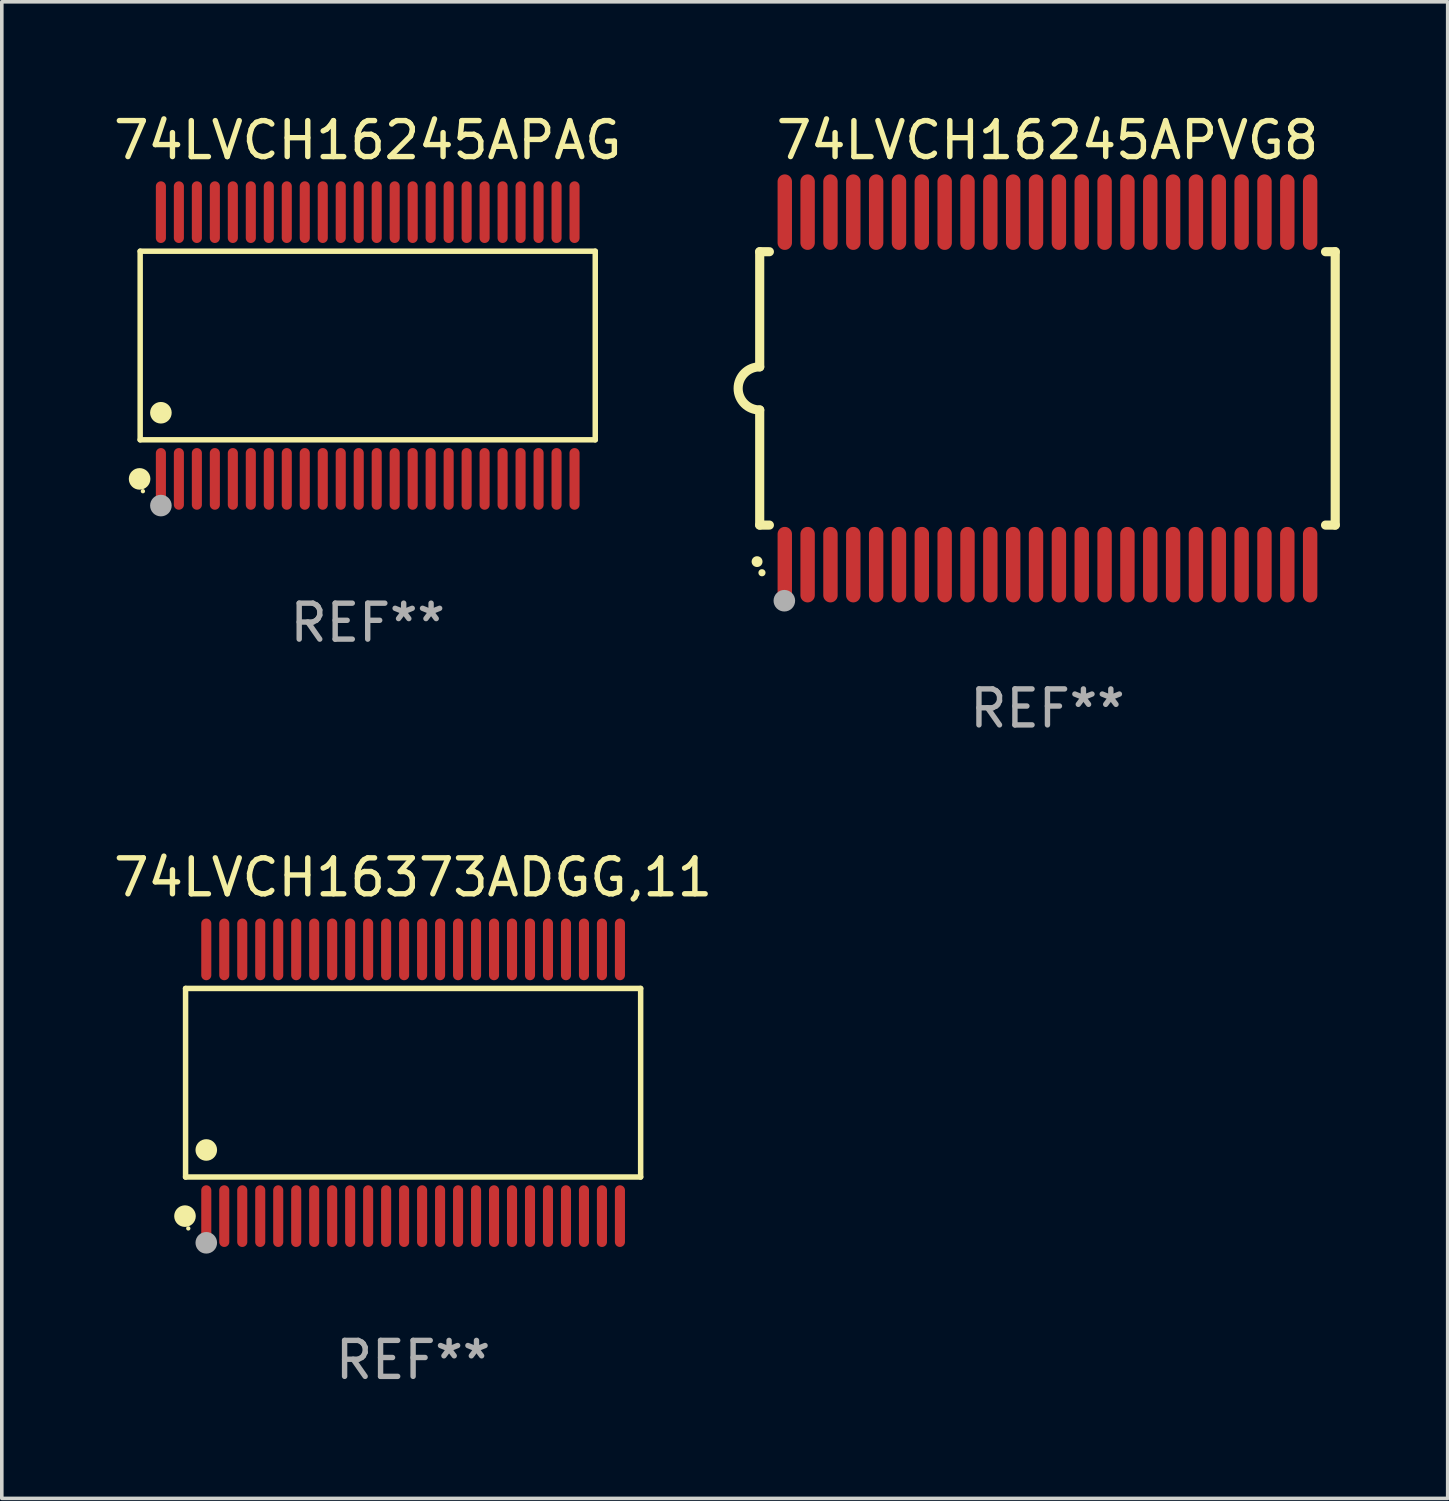
<source format=kicad_pcb>
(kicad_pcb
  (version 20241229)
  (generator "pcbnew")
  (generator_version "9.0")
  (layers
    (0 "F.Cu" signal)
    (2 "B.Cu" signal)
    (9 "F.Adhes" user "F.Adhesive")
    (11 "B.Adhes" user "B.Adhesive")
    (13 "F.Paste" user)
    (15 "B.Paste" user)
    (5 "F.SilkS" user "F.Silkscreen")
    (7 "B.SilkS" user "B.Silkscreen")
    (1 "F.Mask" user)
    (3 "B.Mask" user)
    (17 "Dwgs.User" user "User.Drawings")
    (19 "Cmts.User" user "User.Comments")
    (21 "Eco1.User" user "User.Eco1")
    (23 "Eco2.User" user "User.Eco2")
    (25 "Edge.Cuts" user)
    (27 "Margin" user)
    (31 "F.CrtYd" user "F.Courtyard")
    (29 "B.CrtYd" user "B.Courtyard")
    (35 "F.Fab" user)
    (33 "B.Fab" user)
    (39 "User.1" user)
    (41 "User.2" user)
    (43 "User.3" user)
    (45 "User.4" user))
  (footprint "74LVCH16245APAG"
    (layer "F.Cu")
    (at 7.173 6.556)
    (property "Reference" "74LVCH16245APAG" (at 0 -5.708 0) (layer "F.SilkS") (effects (font (size 1 1) (thickness 0.15))))
    (attr through_hole)
    (fp_line (start -6.326 -2.622) (end 6.326 -2.622) (stroke (width 0.152) (type solid)) (layer "F.SilkS"))
    (fp_line (start -6.326 2.621) (end -6.326 -2.622) (stroke (width 0.152) (type solid)) (layer "F.SilkS"))
    (fp_line (start 6.326 -2.622) (end 6.326 2.621) (stroke (width 0.152) (type solid)) (layer "F.SilkS"))
    (fp_line (start 6.326 2.621) (end -6.326 2.621) (stroke (width 0.152) (type solid)) (layer "F.SilkS"))
    (fp_circle (center -6.342 3.708) (end -6.192 3.708) (stroke (width 0.3) (type solid)) (fill no) (layer "F.SilkS"))
    (fp_circle (center -6.25 4.05) (end -6.22 4.05) (stroke (width 0.06) (type solid)) (fill no) (layer "F.SilkS"))
    (fp_circle (center -5.75 1.869) (end -5.6 1.869) (stroke (width 0.3) (type solid)) (fill no) (layer "F.SilkS"))
    (fp_circle (center -5.75 4.45) (end -5.6 4.45) (stroke (width 0.3) (type solid)) (fill no) (layer "F.Fab"))
    (fp_text user "REF**" (at 0 7.708 0) (layer "F.Fab") (effects (font (size 1 1) (thickness 0.15))))
    (pad "1" smd oval (at -5.75 3.708) (size 0.28 1.715) (layers "F.Cu" "F.Mask" "F.Paste"))
    (pad "2" smd oval (at -5.25 3.708) (size 0.28 1.715) (layers "F.Cu" "F.Mask" "F.Paste"))
    (pad "3" smd oval (at -4.75 3.708) (size 0.28 1.715) (layers "F.Cu" "F.Mask" "F.Paste"))
    (pad "4" smd oval (at -4.25 3.708) (size 0.28 1.715) (layers "F.Cu" "F.Mask" "F.Paste"))
    (pad "5" smd oval (at -3.75 3.708) (size 0.28 1.715) (layers "F.Cu" "F.Mask" "F.Paste"))
    (pad "6" smd oval (at -3.25 3.708) (size 0.28 1.715) (layers "F.Cu" "F.Mask" "F.Paste"))
    (pad "7" smd oval (at -2.75 3.708) (size 0.28 1.715) (layers "F.Cu" "F.Mask" "F.Paste"))
    (pad "8" smd oval (at -2.25 3.708) (size 0.28 1.715) (layers "F.Cu" "F.Mask" "F.Paste"))
    (pad "9" smd oval (at -1.75 3.708) (size 0.28 1.715) (layers "F.Cu" "F.Mask" "F.Paste"))
    (pad "10" smd oval (at -1.25 3.708) (size 0.28 1.715) (layers "F.Cu" "F.Mask" "F.Paste"))
    (pad "11" smd oval (at -0.75 3.708) (size 0.28 1.715) (layers "F.Cu" "F.Mask" "F.Paste"))
    (pad "12" smd oval (at -0.25 3.708) (size 0.28 1.715) (layers "F.Cu" "F.Mask" "F.Paste"))
    (pad "13" smd oval (at 0.25 3.708) (size 0.28 1.715) (layers "F.Cu" "F.Mask" "F.Paste"))
    (pad "14" smd oval (at 0.75 3.708) (size 0.28 1.715) (layers "F.Cu" "F.Mask" "F.Paste"))
    (pad "15" smd oval (at 1.25 3.708) (size 0.28 1.715) (layers "F.Cu" "F.Mask" "F.Paste"))
    (pad "16" smd oval (at 1.75 3.708) (size 0.28 1.715) (layers "F.Cu" "F.Mask" "F.Paste"))
    (pad "17" smd oval (at 2.25 3.708) (size 0.28 1.715) (layers "F.Cu" "F.Mask" "F.Paste"))
    (pad "18" smd oval (at 2.75 3.708) (size 0.28 1.715) (layers "F.Cu" "F.Mask" "F.Paste"))
    (pad "19" smd oval (at 3.25 3.708) (size 0.28 1.715) (layers "F.Cu" "F.Mask" "F.Paste"))
    (pad "20" smd oval (at 3.75 3.708) (size 0.28 1.715) (layers "F.Cu" "F.Mask" "F.Paste"))
    (pad "21" smd oval (at 4.25 3.708) (size 0.28 1.715) (layers "F.Cu" "F.Mask" "F.Paste"))
    (pad "22" smd oval (at 4.75 3.708) (size 0.28 1.715) (layers "F.Cu" "F.Mask" "F.Paste"))
    (pad "23" smd oval (at 5.25 3.708) (size 0.28 1.715) (layers "F.Cu" "F.Mask" "F.Paste"))
    (pad "24" smd oval (at 5.75 3.708) (size 0.28 1.715) (layers "F.Cu" "F.Mask" "F.Paste"))
    (pad "25" smd oval (at 5.75 -3.708) (size 0.28 1.715) (layers "F.Cu" "F.Mask" "F.Paste"))
    (pad "26" smd oval (at 5.25 -3.708) (size 0.28 1.715) (layers "F.Cu" "F.Mask" "F.Paste"))
    (pad "27" smd oval (at 4.75 -3.708) (size 0.28 1.715) (layers "F.Cu" "F.Mask" "F.Paste"))
    (pad "28" smd oval (at 4.25 -3.708) (size 0.28 1.715) (layers "F.Cu" "F.Mask" "F.Paste"))
    (pad "29" smd oval (at 3.75 -3.708) (size 0.28 1.715) (layers "F.Cu" "F.Mask" "F.Paste"))
    (pad "30" smd oval (at 3.25 -3.708) (size 0.28 1.715) (layers "F.Cu" "F.Mask" "F.Paste"))
    (pad "31" smd oval (at 2.75 -3.708) (size 0.28 1.715) (layers "F.Cu" "F.Mask" "F.Paste"))
    (pad "32" smd oval (at 2.25 -3.708) (size 0.28 1.715) (layers "F.Cu" "F.Mask" "F.Paste"))
    (pad "33" smd oval (at 1.75 -3.708) (size 0.28 1.715) (layers "F.Cu" "F.Mask" "F.Paste"))
    (pad "34" smd oval (at 1.25 -3.708) (size 0.28 1.715) (layers "F.Cu" "F.Mask" "F.Paste"))
    (pad "35" smd oval (at 0.75 -3.708) (size 0.28 1.715) (layers "F.Cu" "F.Mask" "F.Paste"))
    (pad "36" smd oval (at 0.25 -3.708) (size 0.28 1.715) (layers "F.Cu" "F.Mask" "F.Paste"))
    (pad "37" smd oval (at -0.25 -3.708) (size 0.28 1.715) (layers "F.Cu" "F.Mask" "F.Paste"))
    (pad "38" smd oval (at -0.75 -3.708) (size 0.28 1.715) (layers "F.Cu" "F.Mask" "F.Paste"))
    (pad "39" smd oval (at -1.25 -3.708) (size 0.28 1.715) (layers "F.Cu" "F.Mask" "F.Paste"))
    (pad "40" smd oval (at -1.75 -3.708) (size 0.28 1.715) (layers "F.Cu" "F.Mask" "F.Paste"))
    (pad "41" smd oval (at -2.25 -3.708) (size 0.28 1.715) (layers "F.Cu" "F.Mask" "F.Paste"))
    (pad "42" smd oval (at -2.75 -3.708) (size 0.28 1.715) (layers "F.Cu" "F.Mask" "F.Paste"))
    (pad "43" smd oval (at -3.25 -3.708) (size 0.28 1.715) (layers "F.Cu" "F.Mask" "F.Paste"))
    (pad "44" smd oval (at -3.75 -3.708) (size 0.28 1.715) (layers "F.Cu" "F.Mask" "F.Paste"))
    (pad "45" smd oval (at -4.25 -3.708) (size 0.28 1.715) (layers "F.Cu" "F.Mask" "F.Paste"))
    (pad "46" smd oval (at -4.75 -3.708) (size 0.28 1.715) (layers "F.Cu" "F.Mask" "F.Paste"))
    (pad "47" smd oval (at -5.25 -3.708) (size 0.28 1.715) (layers "F.Cu" "F.Mask" "F.Paste"))
    (pad "48" smd oval (at -5.75 -3.708) (size 0.28 1.715) (layers "F.Cu" "F.Mask" "F.Paste")))
  (footprint "74LVCH16373ADGG,11"
    (layer "F.Cu")
    (at 8.435 27.052)
    (property "Reference" "74LVCH16373ADGG,11" (at 0 -5.708 0) (layer "F.SilkS") (effects (font (size 1 1) (thickness 0.15))))
    (attr through_hole)
    (fp_line (start -6.326 -2.622) (end 6.326 -2.622) (stroke (width 0.152) (type solid)) (layer "F.SilkS"))
    (fp_line (start -6.326 2.621) (end -6.326 -2.622) (stroke (width 0.152) (type solid)) (layer "F.SilkS"))
    (fp_line (start 6.326 -2.622) (end 6.326 2.621) (stroke (width 0.152) (type solid)) (layer "F.SilkS"))
    (fp_line (start 6.326 2.621) (end -6.326 2.621) (stroke (width 0.152) (type solid)) (layer "F.SilkS"))
    (fp_circle (center -6.342 3.708) (end -6.192 3.708) (stroke (width 0.3) (type solid)) (fill no) (layer "F.SilkS"))
    (fp_circle (center -6.25 4.05) (end -6.22 4.05) (stroke (width 0.06) (type solid)) (fill no) (layer "F.SilkS"))
    (fp_circle (center -5.75 1.869) (end -5.6 1.869) (stroke (width 0.3) (type solid)) (fill no) (layer "F.SilkS"))
    (fp_circle (center -5.75 4.45) (end -5.6 4.45) (stroke (width 0.3) (type solid)) (fill no) (layer "F.Fab"))
    (fp_text user "REF**" (at 0 7.708 0) (layer "F.Fab") (effects (font (size 1 1) (thickness 0.15))))
    (pad "1" smd oval (at -5.75 3.708) (size 0.28 1.715) (layers "F.Cu" "F.Mask" "F.Paste"))
    (pad "2" smd oval (at -5.25 3.708) (size 0.28 1.715) (layers "F.Cu" "F.Mask" "F.Paste"))
    (pad "3" smd oval (at -4.75 3.708) (size 0.28 1.715) (layers "F.Cu" "F.Mask" "F.Paste"))
    (pad "4" smd oval (at -4.25 3.708) (size 0.28 1.715) (layers "F.Cu" "F.Mask" "F.Paste"))
    (pad "5" smd oval (at -3.75 3.708) (size 0.28 1.715) (layers "F.Cu" "F.Mask" "F.Paste"))
    (pad "6" smd oval (at -3.25 3.708) (size 0.28 1.715) (layers "F.Cu" "F.Mask" "F.Paste"))
    (pad "7" smd oval (at -2.75 3.708) (size 0.28 1.715) (layers "F.Cu" "F.Mask" "F.Paste"))
    (pad "8" smd oval (at -2.25 3.708) (size 0.28 1.715) (layers "F.Cu" "F.Mask" "F.Paste"))
    (pad "9" smd oval (at -1.75 3.708) (size 0.28 1.715) (layers "F.Cu" "F.Mask" "F.Paste"))
    (pad "10" smd oval (at -1.25 3.708) (size 0.28 1.715) (layers "F.Cu" "F.Mask" "F.Paste"))
    (pad "11" smd oval (at -0.75 3.708) (size 0.28 1.715) (layers "F.Cu" "F.Mask" "F.Paste"))
    (pad "12" smd oval (at -0.25 3.708) (size 0.28 1.715) (layers "F.Cu" "F.Mask" "F.Paste"))
    (pad "13" smd oval (at 0.25 3.708) (size 0.28 1.715) (layers "F.Cu" "F.Mask" "F.Paste"))
    (pad "14" smd oval (at 0.75 3.708) (size 0.28 1.715) (layers "F.Cu" "F.Mask" "F.Paste"))
    (pad "15" smd oval (at 1.25 3.708) (size 0.28 1.715) (layers "F.Cu" "F.Mask" "F.Paste"))
    (pad "16" smd oval (at 1.75 3.708) (size 0.28 1.715) (layers "F.Cu" "F.Mask" "F.Paste"))
    (pad "17" smd oval (at 2.25 3.708) (size 0.28 1.715) (layers "F.Cu" "F.Mask" "F.Paste"))
    (pad "18" smd oval (at 2.75 3.708) (size 0.28 1.715) (layers "F.Cu" "F.Mask" "F.Paste"))
    (pad "19" smd oval (at 3.25 3.708) (size 0.28 1.715) (layers "F.Cu" "F.Mask" "F.Paste"))
    (pad "20" smd oval (at 3.75 3.708) (size 0.28 1.715) (layers "F.Cu" "F.Mask" "F.Paste"))
    (pad "21" smd oval (at 4.25 3.708) (size 0.28 1.715) (layers "F.Cu" "F.Mask" "F.Paste"))
    (pad "22" smd oval (at 4.75 3.708) (size 0.28 1.715) (layers "F.Cu" "F.Mask" "F.Paste"))
    (pad "23" smd oval (at 5.25 3.708) (size 0.28 1.715) (layers "F.Cu" "F.Mask" "F.Paste"))
    (pad "24" smd oval (at 5.75 3.708) (size 0.28 1.715) (layers "F.Cu" "F.Mask" "F.Paste"))
    (pad "25" smd oval (at 5.75 -3.708) (size 0.28 1.715) (layers "F.Cu" "F.Mask" "F.Paste"))
    (pad "26" smd oval (at 5.25 -3.708) (size 0.28 1.715) (layers "F.Cu" "F.Mask" "F.Paste"))
    (pad "27" smd oval (at 4.75 -3.708) (size 0.28 1.715) (layers "F.Cu" "F.Mask" "F.Paste"))
    (pad "28" smd oval (at 4.25 -3.708) (size 0.28 1.715) (layers "F.Cu" "F.Mask" "F.Paste"))
    (pad "29" smd oval (at 3.75 -3.708) (size 0.28 1.715) (layers "F.Cu" "F.Mask" "F.Paste"))
    (pad "30" smd oval (at 3.25 -3.708) (size 0.28 1.715) (layers "F.Cu" "F.Mask" "F.Paste"))
    (pad "31" smd oval (at 2.75 -3.708) (size 0.28 1.715) (layers "F.Cu" "F.Mask" "F.Paste"))
    (pad "32" smd oval (at 2.25 -3.708) (size 0.28 1.715) (layers "F.Cu" "F.Mask" "F.Paste"))
    (pad "33" smd oval (at 1.75 -3.708) (size 0.28 1.715) (layers "F.Cu" "F.Mask" "F.Paste"))
    (pad "34" smd oval (at 1.25 -3.708) (size 0.28 1.715) (layers "F.Cu" "F.Mask" "F.Paste"))
    (pad "35" smd oval (at 0.75 -3.708) (size 0.28 1.715) (layers "F.Cu" "F.Mask" "F.Paste"))
    (pad "36" smd oval (at 0.25 -3.708) (size 0.28 1.715) (layers "F.Cu" "F.Mask" "F.Paste"))
    (pad "37" smd oval (at -0.25 -3.708) (size 0.28 1.715) (layers "F.Cu" "F.Mask" "F.Paste"))
    (pad "38" smd oval (at -0.75 -3.708) (size 0.28 1.715) (layers "F.Cu" "F.Mask" "F.Paste"))
    (pad "39" smd oval (at -1.25 -3.708) (size 0.28 1.715) (layers "F.Cu" "F.Mask" "F.Paste"))
    (pad "40" smd oval (at -1.75 -3.708) (size 0.28 1.715) (layers "F.Cu" "F.Mask" "F.Paste"))
    (pad "41" smd oval (at -2.25 -3.708) (size 0.28 1.715) (layers "F.Cu" "F.Mask" "F.Paste"))
    (pad "42" smd oval (at -2.75 -3.708) (size 0.28 1.715) (layers "F.Cu" "F.Mask" "F.Paste"))
    (pad "43" smd oval (at -3.25 -3.708) (size 0.28 1.715) (layers "F.Cu" "F.Mask" "F.Paste"))
    (pad "44" smd oval (at -3.75 -3.708) (size 0.28 1.715) (layers "F.Cu" "F.Mask" "F.Paste"))
    (pad "45" smd oval (at -4.25 -3.708) (size 0.28 1.715) (layers "F.Cu" "F.Mask" "F.Paste"))
    (pad "46" smd oval (at -4.75 -3.708) (size 0.28 1.715) (layers "F.Cu" "F.Mask" "F.Paste"))
    (pad "47" smd oval (at -5.25 -3.708) (size 0.28 1.715) (layers "F.Cu" "F.Mask" "F.Paste"))
    (pad "48" smd oval (at -5.75 -3.708) (size 0.28 1.715) (layers "F.Cu" "F.Mask" "F.Paste")))
  (footprint "74LVCH16245APVG8"
    (layer "F.Cu")
    (at 26.071 7.748)
    (property "Reference" "74LVCH16245APVG8" (at 0 -6.9 0) (layer "F.SilkS") (effects (font (size 1 1) (thickness 0.15))))
    (attr through_hole)
    (fp_line (start -8 -3.8) (end -8 -0.599) (stroke (width 0.254) (type solid)) (layer "F.SilkS"))
    (fp_line (start -8 -3.8) (end -7.731 -3.8) (stroke (width 0.254) (type solid)) (layer "F.SilkS"))
    (fp_line (start -8 3.8) (end -8 0.599) (stroke (width 0.254) (type solid)) (layer "F.SilkS"))
    (fp_line (start -7.731 3.8) (end -8 3.8) (stroke (width 0.254) (type solid)) (layer "F.SilkS"))
    (fp_line (start 7.731 -3.8) (end 8 -3.8) (stroke (width 0.254) (type solid)) (layer "F.SilkS"))
    (fp_line (start 8 -3.8) (end 8 3.8) (stroke (width 0.254) (type solid)) (layer "F.SilkS"))
    (fp_line (start 8 3.8) (end 7.731 3.8) (stroke (width 0.254) (type solid)) (layer "F.SilkS"))
    (fp_arc (start -8.074676 4.81585) (mid -8.073406 4.815845) (end -8.072136 4.81585) (stroke (width 0.3) (type solid)) (layer "F.SilkS"))
    (fp_arc (start -8.000025 0.6) (mid -8.598908 0.00056) (end -8.000027 -0.598882) (stroke (width 0.254001) (type solid)) (layer "F.SilkS"))
    (fp_circle (center -7.937 5.125) (end -7.887 5.125) (stroke (width 0.1) (type solid)) (fill no) (layer "F.SilkS"))
    (fp_circle (center -7.315 5.903) (end -7.165 5.903) (stroke (width 0.3) (type solid)) (fill no) (layer "F.Fab"))
    (fp_text user "REF**" (at 0 8.9 0) (layer "F.Fab") (effects (font (size 1 1) (thickness 0.15))))
    (pad "1" smd oval (at -7.303 4.9) (size 0.4 2.1) (layers "F.Cu" "F.Mask" "F.Paste"))
    (pad "2" smd oval (at -6.668 4.9) (size 0.4 2.1) (layers "F.Cu" "F.Mask" "F.Paste"))
    (pad "3" smd oval (at -6.033 4.9) (size 0.4 2.1) (layers "F.Cu" "F.Mask" "F.Paste"))
    (pad "4" smd oval (at -5.398 4.9) (size 0.4 2.1) (layers "F.Cu" "F.Mask" "F.Paste"))
    (pad "5" smd oval (at -4.763 4.9) (size 0.4 2.1) (layers "F.Cu" "F.Mask" "F.Paste"))
    (pad "6" smd oval (at -4.128 4.9) (size 0.4 2.1) (layers "F.Cu" "F.Mask" "F.Paste"))
    (pad "7" smd oval (at -3.493 4.9) (size 0.4 2.1) (layers "F.Cu" "F.Mask" "F.Paste"))
    (pad "8" smd oval (at -2.858 4.9) (size 0.4 2.1) (layers "F.Cu" "F.Mask" "F.Paste"))
    (pad "9" smd oval (at -2.223 4.9) (size 0.4 2.1) (layers "F.Cu" "F.Mask" "F.Paste"))
    (pad "10" smd oval (at -1.588 4.9) (size 0.4 2.1) (layers "F.Cu" "F.Mask" "F.Paste"))
    (pad "11" smd oval (at -0.953 4.9) (size 0.4 2.1) (layers "F.Cu" "F.Mask" "F.Paste"))
    (pad "12" smd oval (at -0.318 4.9) (size 0.4 2.1) (layers "F.Cu" "F.Mask" "F.Paste"))
    (pad "13" smd oval (at 0.318 4.9) (size 0.4 2.1) (layers "F.Cu" "F.Mask" "F.Paste"))
    (pad "14" smd oval (at 0.953 4.9) (size 0.4 2.1) (layers "F.Cu" "F.Mask" "F.Paste"))
    (pad "15" smd oval (at 1.588 4.9) (size 0.4 2.1) (layers "F.Cu" "F.Mask" "F.Paste"))
    (pad "16" smd oval (at 2.223 4.9) (size 0.4 2.1) (layers "F.Cu" "F.Mask" "F.Paste"))
    (pad "17" smd oval (at 2.858 4.9) (size 0.4 2.1) (layers "F.Cu" "F.Mask" "F.Paste"))
    (pad "18" smd oval (at 3.493 4.9) (size 0.4 2.1) (layers "F.Cu" "F.Mask" "F.Paste"))
    (pad "19" smd oval (at 4.128 4.9) (size 0.4 2.1) (layers "F.Cu" "F.Mask" "F.Paste"))
    (pad "20" smd oval (at 4.763 4.9) (size 0.4 2.1) (layers "F.Cu" "F.Mask" "F.Paste"))
    (pad "21" smd oval (at 5.398 4.9) (size 0.4 2.1) (layers "F.Cu" "F.Mask" "F.Paste"))
    (pad "22" smd oval (at 6.033 4.9) (size 0.4 2.1) (layers "F.Cu" "F.Mask" "F.Paste"))
    (pad "23" smd oval (at 6.668 4.9) (size 0.4 2.1) (layers "F.Cu" "F.Mask" "F.Paste"))
    (pad "24" smd oval (at 7.303 4.9) (size 0.4 2.1) (layers "F.Cu" "F.Mask" "F.Paste"))
    (pad "25" smd oval (at 7.303 -4.9 180) (size 0.4 2.1) (layers "F.Cu" "F.Mask" "F.Paste"))
    (pad "26" smd oval (at 6.668 -4.9 180) (size 0.4 2.1) (layers "F.Cu" "F.Mask" "F.Paste"))
    (pad "27" smd oval (at 6.033 -4.9 180) (size 0.4 2.1) (layers "F.Cu" "F.Mask" "F.Paste"))
    (pad "28" smd oval (at 5.398 -4.9 180) (size 0.4 2.1) (layers "F.Cu" "F.Mask" "F.Paste"))
    (pad "29" smd oval (at 4.763 -4.9 180) (size 0.4 2.1) (layers "F.Cu" "F.Mask" "F.Paste"))
    (pad "30" smd oval (at 4.128 -4.9 180) (size 0.4 2.1) (layers "F.Cu" "F.Mask" "F.Paste"))
    (pad "31" smd oval (at 3.493 -4.9 180) (size 0.4 2.1) (layers "F.Cu" "F.Mask" "F.Paste"))
    (pad "32" smd oval (at 2.858 -4.9 180) (size 0.4 2.1) (layers "F.Cu" "F.Mask" "F.Paste"))
    (pad "33" smd oval (at 2.223 -4.9 180) (size 0.4 2.1) (layers "F.Cu" "F.Mask" "F.Paste"))
    (pad "34" smd oval (at 1.588 -4.9 180) (size 0.4 2.1) (layers "F.Cu" "F.Mask" "F.Paste"))
    (pad "35" smd oval (at 0.953 -4.9 180) (size 0.4 2.1) (layers "F.Cu" "F.Mask" "F.Paste"))
    (pad "36" smd oval (at 0.318 -4.9 180) (size 0.4 2.1) (layers "F.Cu" "F.Mask" "F.Paste"))
    (pad "37" smd oval (at -0.318 -4.9 180) (size 0.4 2.1) (layers "F.Cu" "F.Mask" "F.Paste"))
    (pad "38" smd oval (at -0.953 -4.9 180) (size 0.4 2.1) (layers "F.Cu" "F.Mask" "F.Paste"))
    (pad "39" smd oval (at -1.588 -4.9 180) (size 0.4 2.1) (layers "F.Cu" "F.Mask" "F.Paste"))
    (pad "40" smd oval (at -2.223 -4.9 180) (size 0.4 2.1) (layers "F.Cu" "F.Mask" "F.Paste"))
    (pad "41" smd oval (at -2.858 -4.9 180) (size 0.4 2.1) (layers "F.Cu" "F.Mask" "F.Paste"))
    (pad "42" smd oval (at -3.493 -4.9 180) (size 0.4 2.1) (layers "F.Cu" "F.Mask" "F.Paste"))
    (pad "43" smd oval (at -4.128 -4.9 180) (size 0.4 2.1) (layers "F.Cu" "F.Mask" "F.Paste"))
    (pad "44" smd oval (at -4.763 -4.9 180) (size 0.4 2.1) (layers "F.Cu" "F.Mask" "F.Paste"))
    (pad "45" smd oval (at -5.398 -4.9 180) (size 0.4 2.1) (layers "F.Cu" "F.Mask" "F.Paste"))
    (pad "46" smd oval (at -6.033 -4.9 180) (size 0.4 2.1) (layers "F.Cu" "F.Mask" "F.Paste"))
    (pad "47" smd oval (at -6.668 -4.9 180) (size 0.4 2.1) (layers "F.Cu" "F.Mask" "F.Paste"))
    (pad "48" smd oval (at -7.303 -4.9 180) (size 0.4 2.1) (layers "F.Cu" "F.Mask" "F.Paste")))
  (gr_rect
    (start -3 -3)
    (end 37.198 38.608)
    (stroke (width 0.1) (type default))
    (fill no)
    (layer "Edge.Cuts")))
</source>
